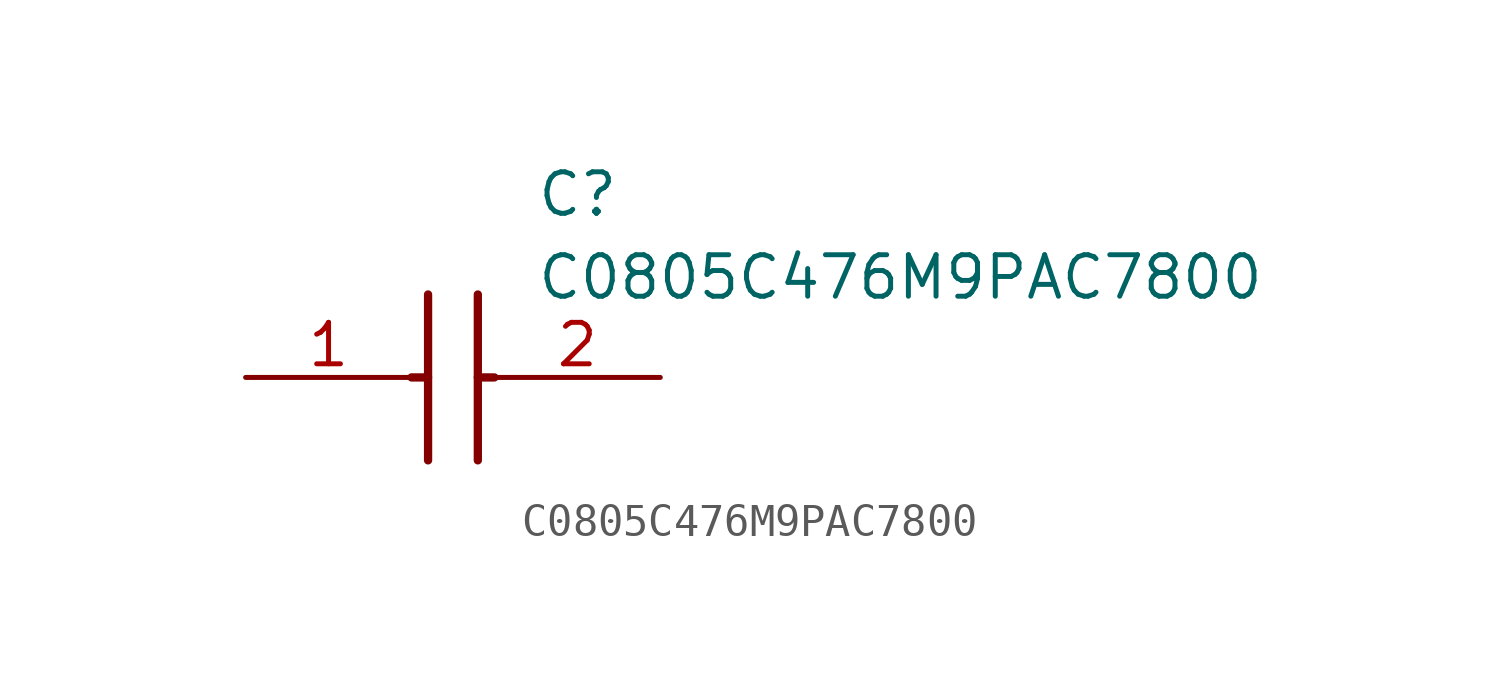
<source format=kicad_sym>
(kicad_symbol_lib
  (version 20211014)
  (generator SamacSys_ECAD_Model)
  (symbol "C0805C476M9PAC7800"
    (pin_names hide)
    (property "Reference" "C"
      (at 8.89 6.35 0)
      (effects (font (size 1.27 1.27)) (justify left top)))
    (property "Value" "C0805C476M9PAC7800"
      (at 8.89 3.81 0)
      (effects (font (size 1.27 1.27)) (justify left top)))
    (polyline
      (pts (xy 5.588 2.54) (xy 5.588 -2.54))
      (stroke (width 0.254) (type default))
      (fill (type none)))
    (polyline
      (pts (xy 7.112 2.54) (xy 7.112 -2.54))
      (stroke (width 0.254) (type default))
      (fill (type none)))
    (polyline
      (pts (xy 5.08 0) (xy 5.588 0))
      (stroke (width 0.254) (type default))
      (fill (type none)))
    (polyline
      (pts (xy 7.112 0) (xy 7.62 0))
      (stroke (width 0.254) (type default))
      (fill (type none)))
    (pin passive line
      (at 0 0 0)
      (length 5.08)
      (name "1" (effects (font (size 1.27 1.27))))
      (number "1" (effects (font (size 1.27 1.27)))))
    (pin passive line
      (at 12.7 0 180)
      (length 5.08)
      (name "2" (effects (font (size 1.27 1.27))))
      (number "2" (effects (font (size 1.27 1.27)))))))
</source>
